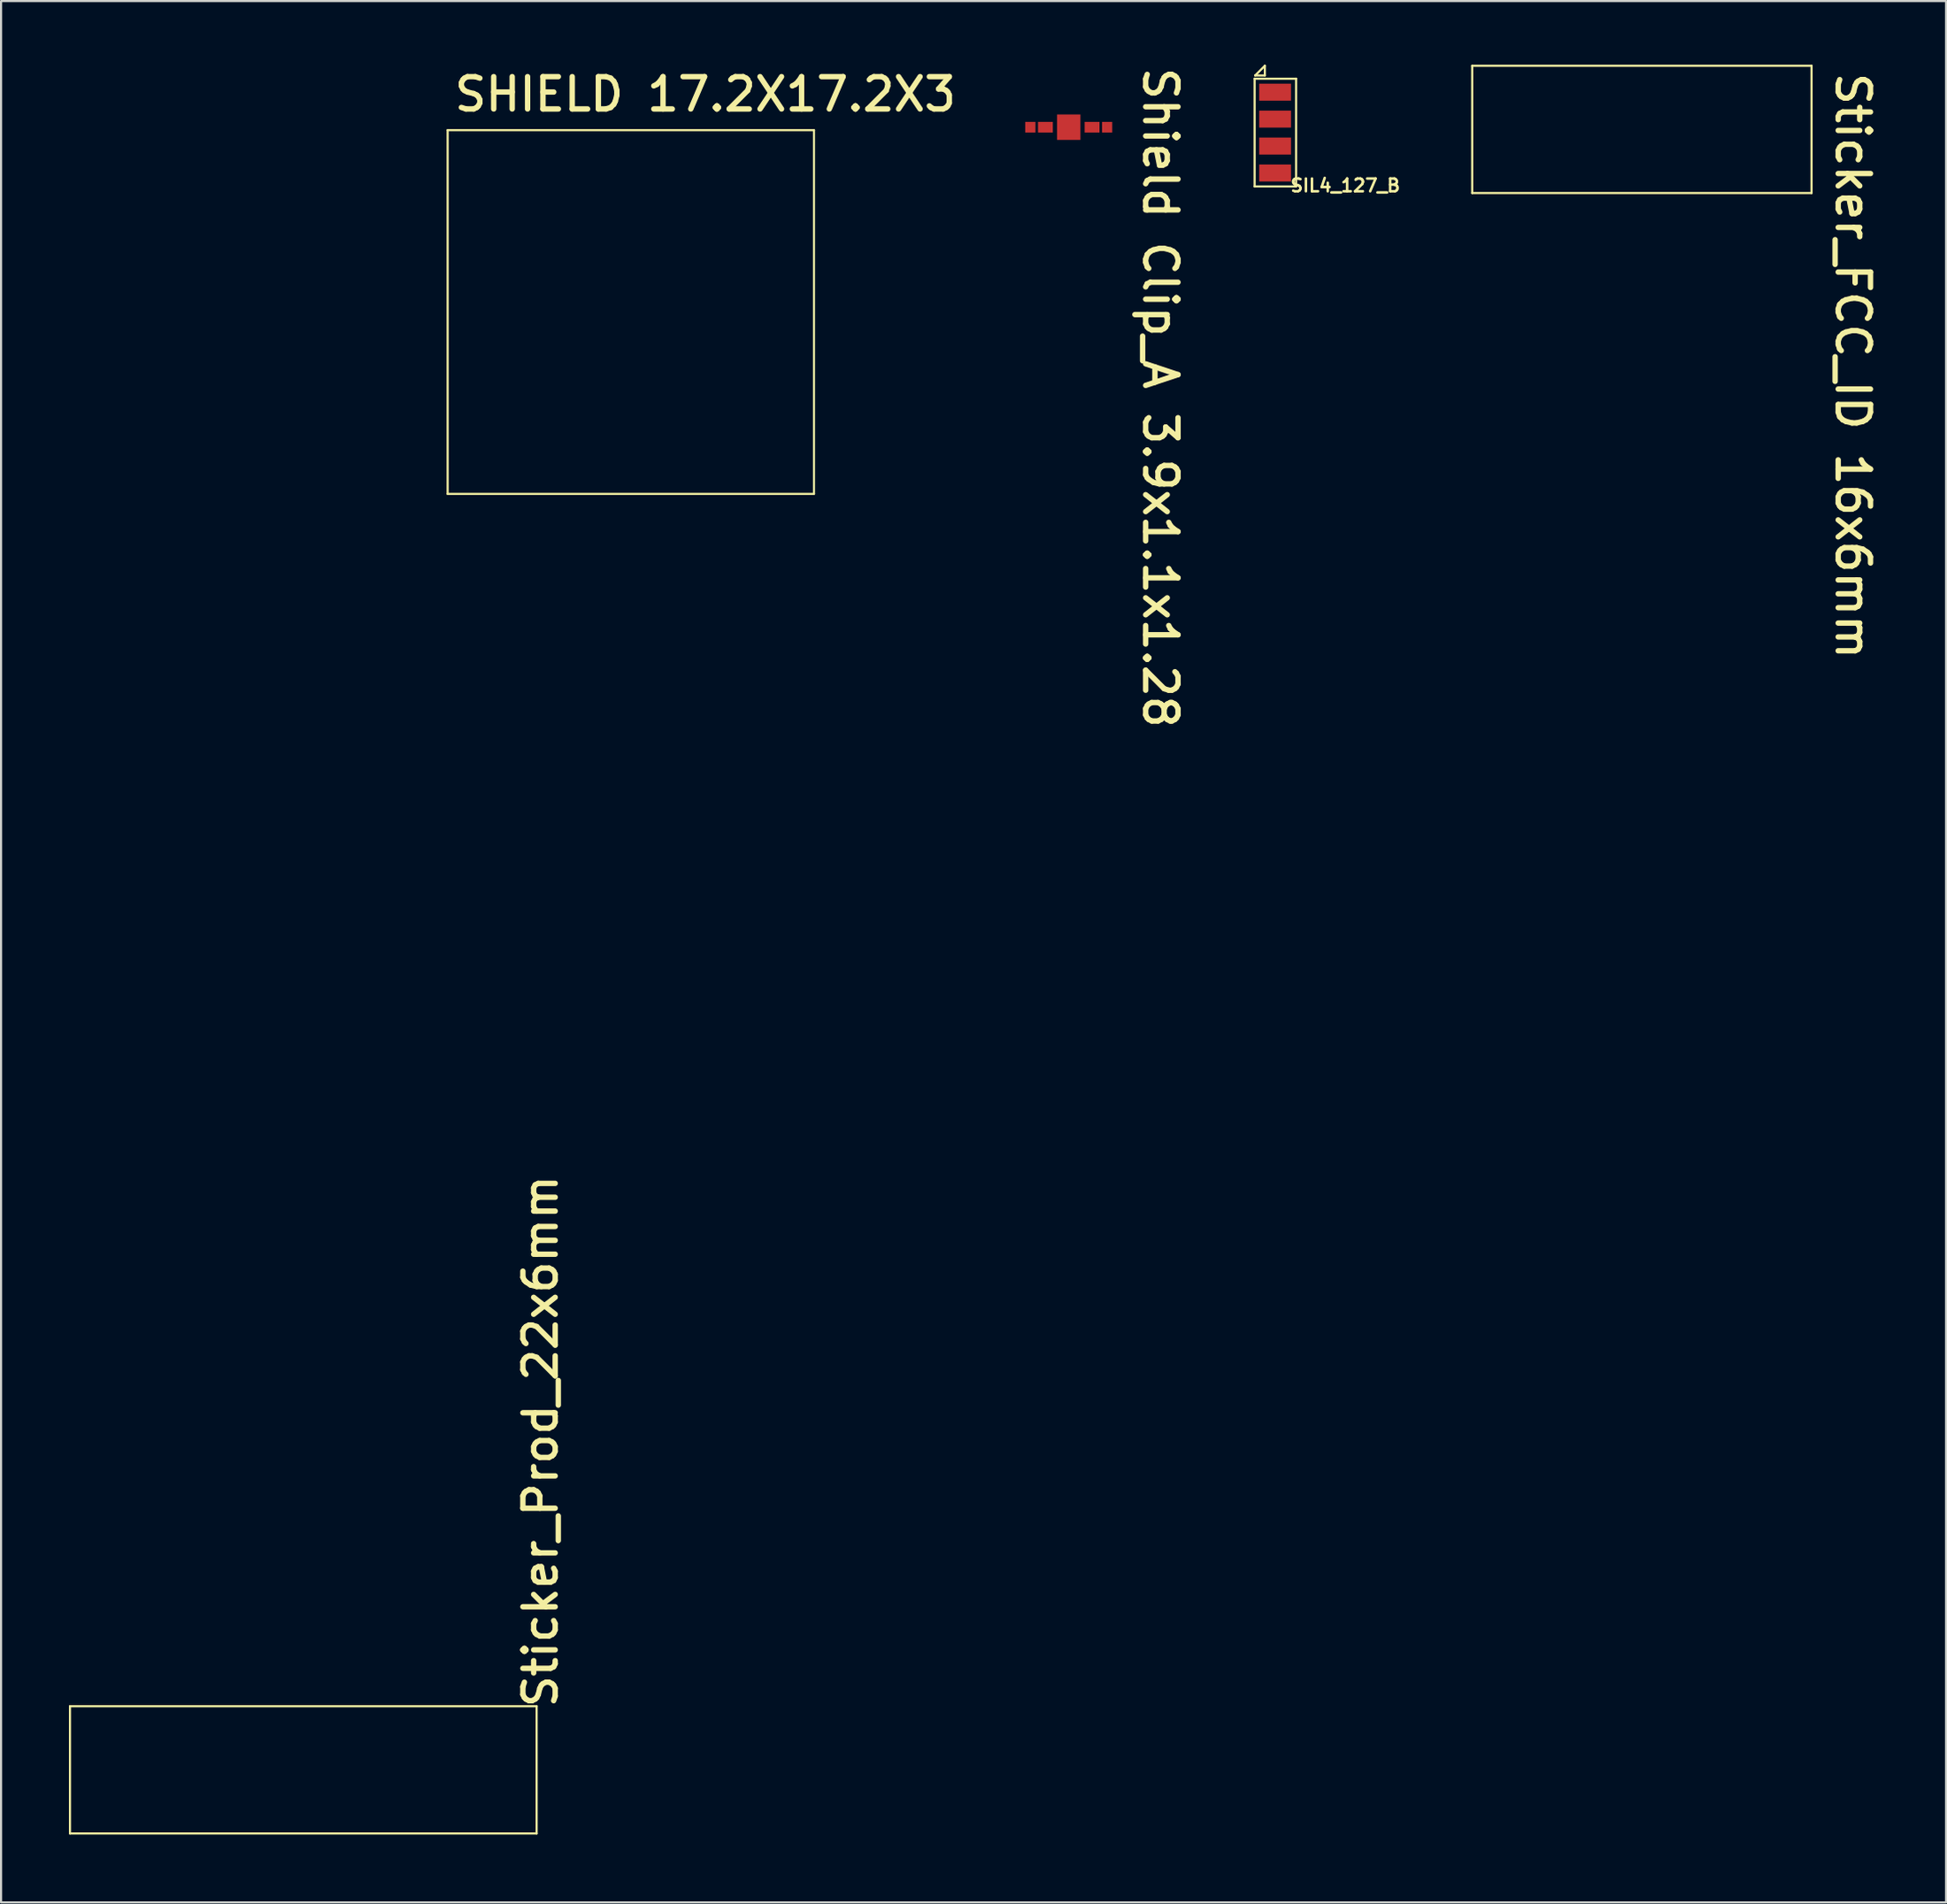
<source format=kicad_pcb>
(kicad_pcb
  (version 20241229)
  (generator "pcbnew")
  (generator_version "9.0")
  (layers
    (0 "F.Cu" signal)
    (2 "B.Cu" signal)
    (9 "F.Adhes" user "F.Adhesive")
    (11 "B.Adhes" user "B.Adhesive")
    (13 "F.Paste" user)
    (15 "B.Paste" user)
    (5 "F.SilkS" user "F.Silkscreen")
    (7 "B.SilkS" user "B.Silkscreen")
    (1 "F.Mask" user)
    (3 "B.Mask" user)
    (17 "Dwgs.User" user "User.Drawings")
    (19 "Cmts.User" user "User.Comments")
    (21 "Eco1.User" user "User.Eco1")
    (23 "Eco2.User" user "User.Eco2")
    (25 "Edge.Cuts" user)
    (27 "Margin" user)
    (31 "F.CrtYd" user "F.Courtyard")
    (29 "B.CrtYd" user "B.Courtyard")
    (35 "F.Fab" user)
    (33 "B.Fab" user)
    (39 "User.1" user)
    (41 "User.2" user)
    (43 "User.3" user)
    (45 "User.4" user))
  (footprint "SIL4_127_B"
    (layer "F.Cu")
    (at 57.067 1.295)
    (property "Reference" "SIL4_127_B" (at 0.66 4.75 0) (unlocked yes) (layer "F.SilkS") (effects (font (size 0.6 0.6) (thickness 0.12)) (justify left bottom)))
    (fp_line (start -0.965 -0.635) (end -0.965 4.445) (stroke (width 0.1) (type solid)) (layer "F.SilkS"))
    (fp_line (start -0.483 -1.245) (end -0.94 -0.787) (stroke (width 0.1) (type solid)) (layer "F.SilkS"))
    (fp_line (start -0.483 -1.245) (end -0.483 -0.787) (stroke (width 0.1) (type solid)) (layer "F.SilkS"))
    (fp_line (start -0.483 -0.787) (end -0.94 -0.787) (stroke (width 0.1) (type solid)) (layer "F.SilkS"))
    (fp_line (start 0.991 -0.635) (end -0.965 -0.635) (stroke (width 0.1) (type solid)) (layer "F.SilkS"))
    (fp_line (start 0.991 -0.635) (end 0.991 4.445) (stroke (width 0.1) (type solid)) (layer "F.SilkS"))
    (fp_line (start 0.991 4.445) (end -0.965 4.445) (stroke (width 0.1) (type solid)) (layer "F.SilkS"))
    (pad "1" smd rect (at 0 0 180) (size 1.5 0.8) (layers "F.Cu" "F.Mask" "F.Paste"))
    (pad "2" smd rect (at 0 1.27 180) (size 1.5 0.8) (layers "F.Cu" "F.Mask" "F.Paste"))
    (pad "3" smd rect (at 0 2.54 180) (size 1.5 0.8) (layers "F.Cu" "F.Mask" "F.Paste"))
    (pad "4" smd rect (at 0 3.81 180) (size 1.5 0.8) (layers "F.Cu" "F.Mask" "F.Paste")))
  (footprint "Shield Clip_A 3.9x1.1x1.28"
    (layer "F.Cu")
    (at 47.339 2.946)
    (property "Reference" "Shield Clip_A 3.9x1.1x1.28" (at 3.427 -2.946 270) (unlocked yes) (layer "F.SilkS") (effects (font (size 1.524 1.524) (thickness 0.254)) (justify left bottom)))
    (pad "1" smd rect (at -1.81 0) (size 0.48 0.5) (layers "F.Cu" "F.Mask" "F.Paste"))
    (pad "1" smd rect (at -1.1 0) (size 0.7 0.5) (layers "F.Cu" "F.Mask" "F.Paste"))
    (pad "1" smd rect (at 0 0) (size 1.1 1.2) (layers "F.Cu" "F.Mask" "F.Paste"))
    (pad "1" smd rect (at 1.1 0) (size 0.7 0.5) (layers "F.Cu" "F.Mask" "F.Paste"))
    (pad "1" smd rect (at 1.81 0) (size 0.48 0.5) (layers "F.Cu" "F.Mask" "F.Paste")))
  (footprint "Sticker_FCC_ID 16x6mm"
    (layer "F.Cu")
    (at 66.36 6.05)
    (property "Reference" "Sticker_FCC_ID 16x6mm" (at 17.056 -5.804 270) (unlocked yes) (layer "F.SilkS") (effects (font (size 1.524 1.524) (thickness 0.254)) (justify left bottom)))
    (fp_line (start 0 -6) (end 16 -6) (stroke (width 0.1) (type solid)) (layer "F.SilkS"))
    (fp_line (start 0 0) (end 0 -6) (stroke (width 0.1) (type solid)) (layer "F.SilkS"))
    (fp_line (start 0 0) (end 16 0) (stroke (width 0.1) (type solid)) (layer "F.SilkS"))
    (fp_line (start 16 0) (end 16 -6) (stroke (width 0.1) (type solid)) (layer "F.SilkS")))
  (footprint "Sticker_Prod_22x6mm"
    (layer "F.Cu")
    (at 0.25 83.38)
    (property "Reference" "Sticker_Prod_22x6mm" (at 23.076 -5.804 90) (unlocked yes) (layer "F.SilkS") (effects (font (size 1.524 1.524) (thickness 0.254)) (justify left bottom)))
    (fp_line (start 0 0) (end 0 -6) (stroke (width 0.1) (type solid)) (layer "F.SilkS"))
    (fp_line (start 22 -6) (end 0 -6) (stroke (width 0.1) (type solid)) (layer "F.SilkS"))
    (fp_line (start 22 0) (end 0 0) (stroke (width 0.1) (type solid)) (layer "F.SilkS"))
    (fp_line (start 22 0) (end 22 -6) (stroke (width 0.1) (type solid)) (layer "F.SilkS")))
  (footprint "SHIELD 17.2X17.2X3"
    (layer "F.Cu")
    (at 0.25 48.831)
    (property "Reference" "SHIELD 17.2X17.2X3" (at 17.996 -46.545 0) (unlocked yes) (layer "F.SilkS") (effects (font (size 1.524 1.524) (thickness 0.254)) (justify left bottom)))
    (fp_line (start 17.805 -45.745) (end 35.077 -45.745) (stroke (width 0.1) (type solid)) (layer "F.SilkS"))
    (fp_line (start 17.805 -28.6) (end 17.805 -45.745) (stroke (width 0.1) (type solid)) (layer "F.SilkS"))
    (fp_line (start 17.805 -28.6) (end 35.077 -28.6) (stroke (width 0.1) (type solid)) (layer "F.SilkS"))
    (fp_line (start 35.077 -28.6) (end 35.077 -45.745) (stroke (width 0.1) (type solid)) (layer "F.SilkS")))
  (gr_rect
    (start -3 -3)
    (end 88.702 86.63)
    (stroke (width 0.1) (type default))
    (fill no)
    (layer "Edge.Cuts")))
</source>
